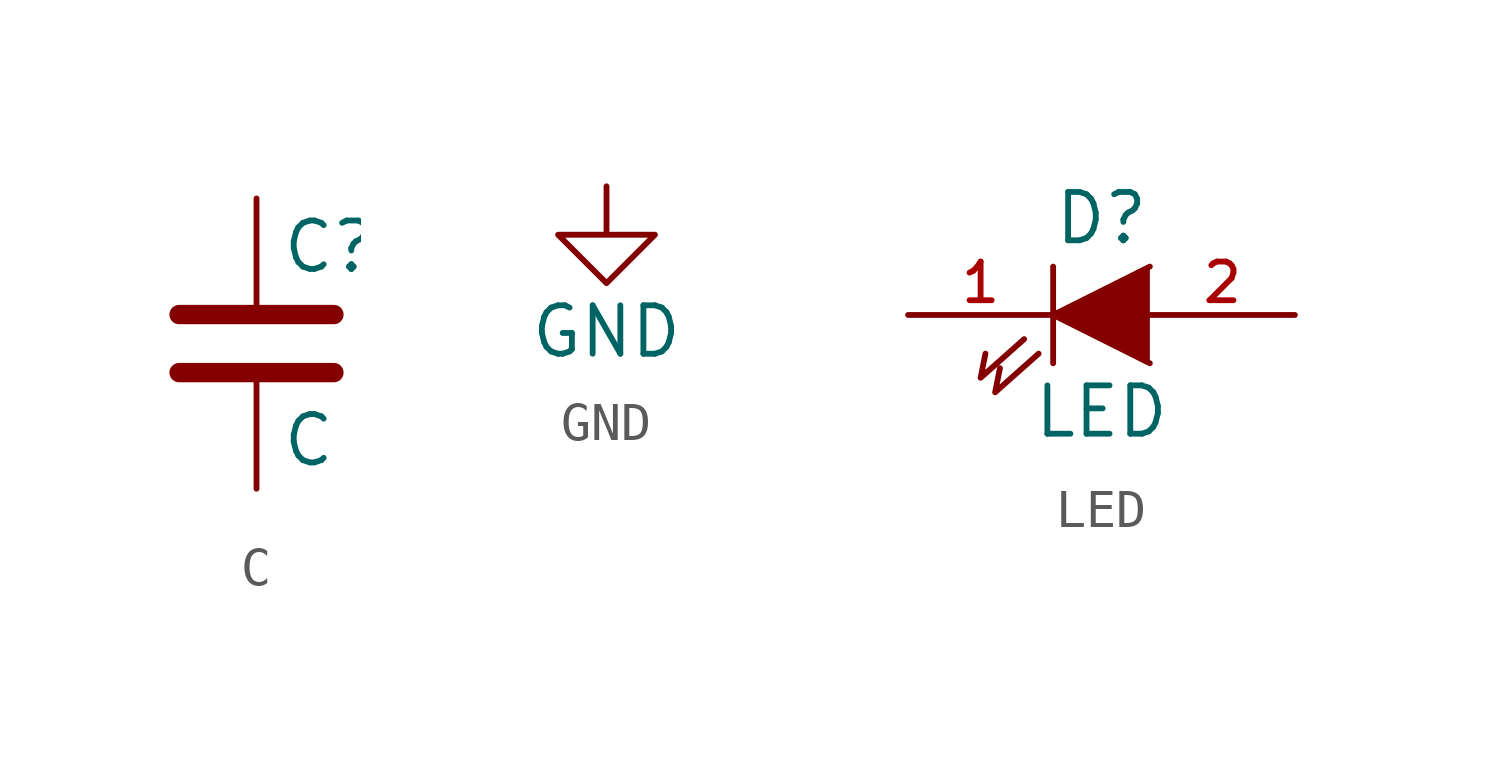
<source format=kicad_sym>
(kicad_symbol_lib
  (version 20201005)
  (generator kicad_symbol_editor)
  (symbol "laser_driver_schlib:C"
    (pin_numbers hide)
    (pin_names
      (offset 0.254))
    (property "Reference" "C"
      (at 0.635 2.54 0)
      (effects (font (size 1.27 1.27)) (justify left)))
    (property "Value" "C"
      (at 0.635 -2.54 0)
      (effects (font (size 1.27 1.27)) (justify left)))
    (property "Footprint" ""
      (at 0.965 -3.81 0)
      (effects (font (size 0.762 0.762))))
    (property "Datasheet" ""
      (at 0 0 0)
      (effects (font (size 1.524 1.524))))
    (symbol "C_0_1"
      (polyline (pts (xy -2.032 -0.762) (xy 2.032 -0.762)) (stroke (width 0.508)) (fill (type none)))
      (polyline (pts (xy -2.032 0.762) (xy 2.032 0.762)) (stroke (width 0.508)) (fill (type none))))
    (symbol "C_1_1"
      (pin passive line (at 0 3.81 270) (length 2.794) (name "~" (effects (font (size 1.016 1.016)))) (number "1" (effects (font (size 1.016 1.016)))))
      (pin passive line (at 0 -3.81 90) (length 2.794) (name "~" (effects (font (size 1.016 1.016)))) (number "2" (effects (font (size 1.016 1.016)))))))
  (symbol "laser_driver_schlib:GND"
    (power)
    (pin_names
      (offset 0))
    (property "Reference" "#PWR"
      (at 0 -6.35 0)
      (effects (font (size 1.27 1.27)) hide))
    (property "Value" "GND"
      (at 0 -3.81 0)
      (effects (font (size 1.27 1.27))))
    (property "Footprint" ""
      (at 0 0 0)
      (effects (font (size 1.524 1.524))))
    (property "Datasheet" ""
      (at 0 0 0)
      (effects (font (size 1.524 1.524))))
    (symbol "GND_0_1"
      (polyline (pts (xy 0 0) (xy 0 -1.27) (xy 1.27 -1.27) (xy 0 -2.54) (xy -1.27 -1.27) (xy 0 -1.27)) (stroke (width 0)) (fill (type none))))
    (symbol "GND_1_1"
      (pin power_in line (at 0 0 270) (length 0) hide (name "GND" (effects (font (size 1.27 1.27)))) (number "1" (effects (font (size 1.27 1.27)))))))
  (symbol "laser_driver_schlib:LED"
    (pin_names
      (offset 1.016) hide)
    (property "Reference" "D"
      (at 0 2.54 0)
      (effects (font (size 1.27 1.27))))
    (property "Value" "LED"
      (at 0 -2.54 0)
      (effects (font (size 1.27 1.27))))
    (property "Footprint" ""
      (at 0 0 0)
      (effects (font (size 1.524 1.524))))
    (property "Datasheet" ""
      (at 0 0 0)
      (effects (font (size 1.524 1.524))))
    (symbol "LED_0_1"
      (polyline (pts (xy -1.27 1.27) (xy -1.27 -1.27)) (stroke (width 0)) (fill (type none)))
      (polyline (pts (xy -2.032 -0.635) (xy -3.175 -1.651) (xy -3.048 -1.016)) (stroke (width 0)) (fill (type none)))
      (polyline (pts (xy -1.651 -1.016) (xy -2.794 -2.032) (xy -2.667 -1.397)) (stroke (width 0)) (fill (type none)))
      (polyline (pts (xy 1.27 1.27) (xy -1.27 0) (xy 1.27 -1.27)) (stroke (width 0)) (fill (type outline))))
    (symbol "LED_1_1"
      (pin passive line (at -5.08 0 0) (length 3.81) (name "K" (effects (font (size 1.016 1.016)))) (number "1" (effects (font (size 1.016 1.016)))))
      (pin passive line (at 5.08 0 180) (length 3.81) (name "A" (effects (font (size 1.016 1.016)))) (number "2" (effects (font (size 1.016 1.016))))))))
</source>
